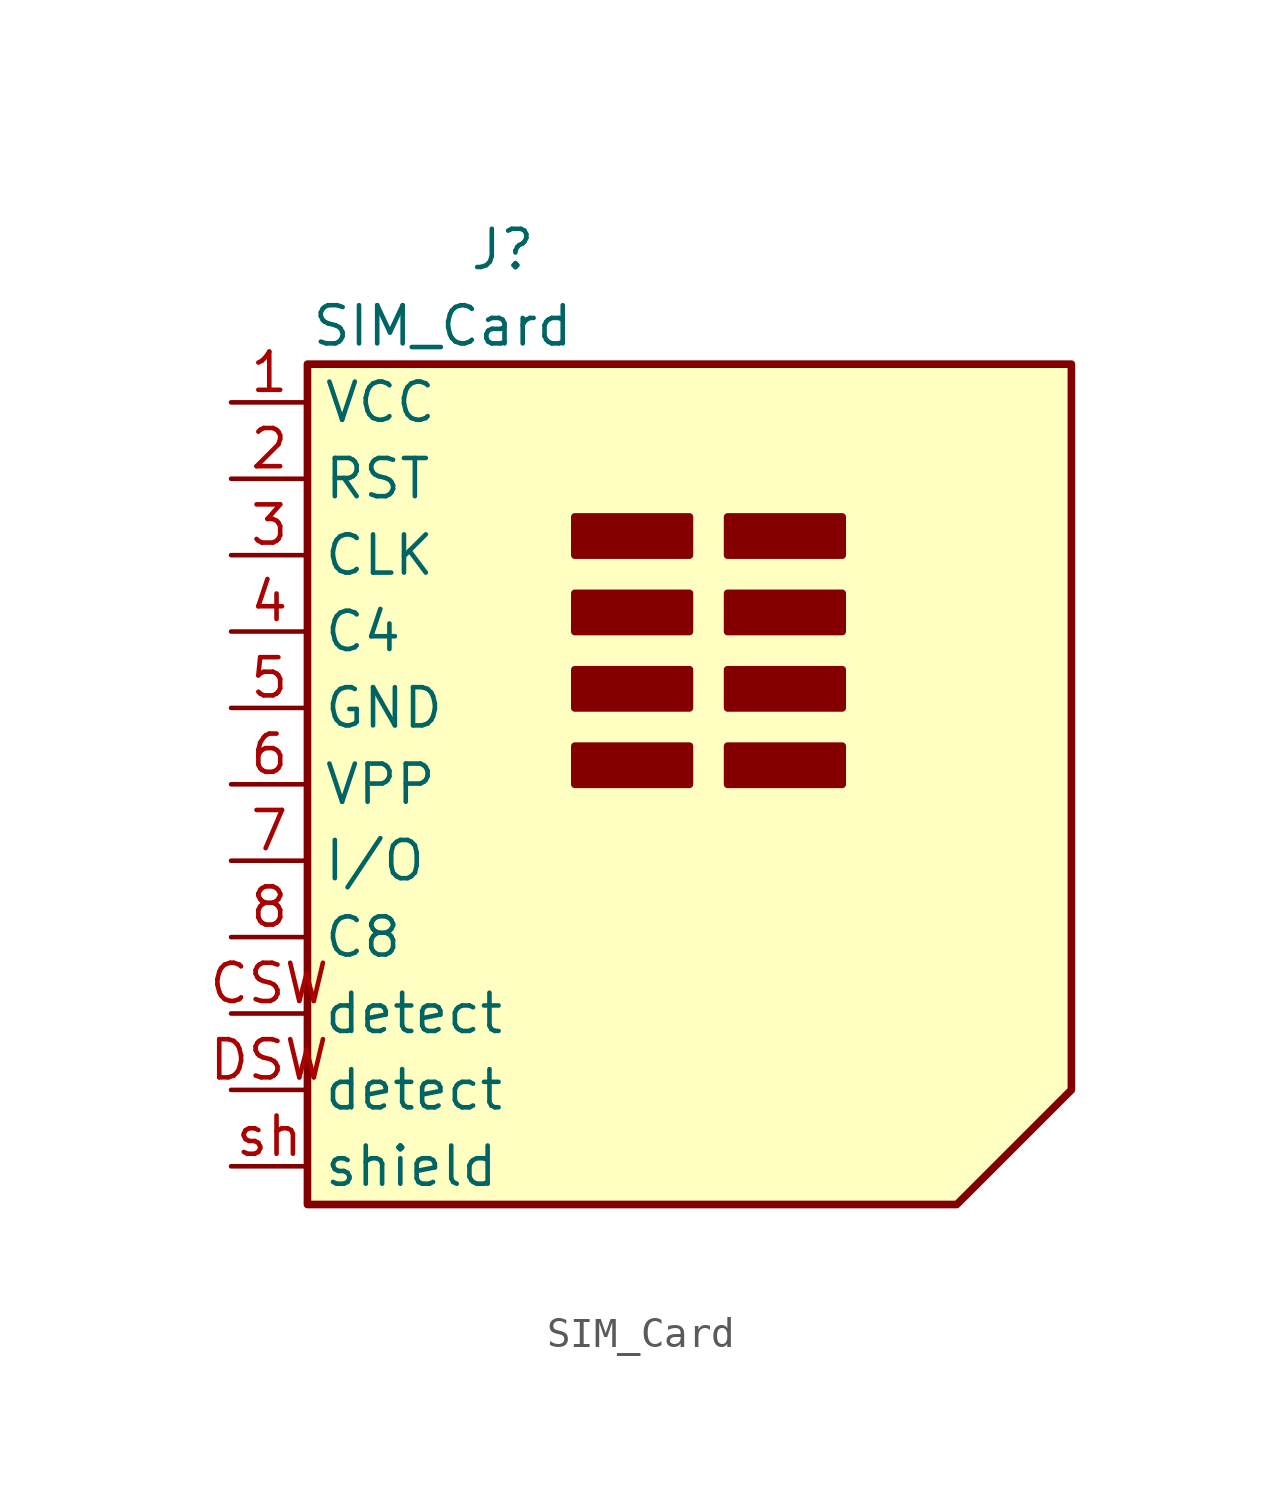
<source format=kicad_sym>
(kicad_symbol_lib
  (version 20231120)
  (generator "kicad_symbol_editor")
  (generator_version "8.0")
  (symbol "SIM_Card"
    (property "Reference" "J"
      (at -2.54 12.7 0)
      (effects (font (size 1.27 1.27)) (justify right)))
    (property "Value" "SIM_Card"
      (at -1.27 10.16 0)
      (effects (font (size 1.27 1.27)) (justify right)))
    (symbol "SIM_Card_0_1"
      (rectangle (start -1.27 -3.81) (end 2.54 -5.08) (stroke (width 0.254) (type default)) (fill (type outline)))
      (rectangle (start -1.27 -2.54) (end 2.54 -1.27) (stroke (width 0.254) (type default)) (fill (type outline)))
      (rectangle (start -1.27 0) (end 2.54 1.27) (stroke (width 0.254) (type default)) (fill (type outline)))
      (rectangle (start -1.27 2.54) (end 2.54 3.81) (stroke (width 0.254) (type default)) (fill (type outline)))
      (polyline (pts (xy -10.16 8.89) (xy 15.24 8.89) (xy 15.24 -15.24) (xy 11.43 -19.05) (xy -10.16 -19.05) (xy -10.16 8.89)) (stroke (width 0.254) (type default)) (fill (type background)))
      (rectangle (start 3.81 -3.81) (end 7.62 -5.08) (stroke (width 0.254) (type default)) (fill (type outline)))
      (rectangle (start 3.81 -1.27) (end 7.62 -2.54) (stroke (width 0.254) (type default)) (fill (type outline)))
      (rectangle (start 3.81 0) (end 7.62 1.27) (stroke (width 0.254) (type default)) (fill (type outline)))
      (rectangle (start 3.81 2.54) (end 7.62 3.81) (stroke (width 0.254) (type default)) (fill (type outline))))
    (symbol "SIM_Card_1_1"
      (pin power_in line (at -12.7 7.62 0) (length 2.54) (name "VCC" (effects (font (size 1.27 1.27)))) (number "1" (effects (font (size 1.27 1.27)))))
      (pin input line (at -12.7 5.08 0) (length 2.54) (name "RST" (effects (font (size 1.27 1.27)))) (number "2" (effects (font (size 1.27 1.27)))))
      (pin input line (at -12.7 2.54 0) (length 2.54) (name "CLK" (effects (font (size 1.27 1.27)))) (number "3" (effects (font (size 1.27 1.27)))))
      (pin bidirectional line (at -12.7 0 0) (length 2.54) (name "C4" (effects (font (size 1.27 1.27)))) (number "4" (effects (font (size 1.27 1.27)))))
      (pin power_in line (at -12.7 -2.54 0) (length 2.54) (name "GND" (effects (font (size 1.27 1.27)))) (number "5" (effects (font (size 1.27 1.27)))))
      (pin input line (at -12.7 -5.08 0) (length 2.54) (name "VPP" (effects (font (size 1.27 1.27)))) (number "6" (effects (font (size 1.27 1.27)))))
      (pin bidirectional line (at -12.7 -7.62 0) (length 2.54) (name "I/O" (effects (font (size 1.27 1.27)))) (number "7" (effects (font (size 1.27 1.27)))))
      (pin bidirectional line (at -12.7 -10.16 0) (length 2.54) (name "C8" (effects (font (size 1.27 1.27)))) (number "8" (effects (font (size 1.27 1.27)))))
      (pin passive line (at -12.7 -12.7 0) (length 2.54) (name "detect" (effects (font (size 1.27 1.27)))) (number "CSW" (effects (font (size 1.27 1.27)))))
      (pin passive line (at -12.7 -15.24 0) (length 2.54) (name "detect" (effects (font (size 1.27 1.27)))) (number "DSW" (effects (font (size 1.27 1.27)))))
      (pin passive line (at -12.7 -17.78 0) (length 2.54) (name "shield" (effects (font (size 1.27 1.27)))) (number "sh" (effects (font (size 1.27 1.27))))))))
</source>
